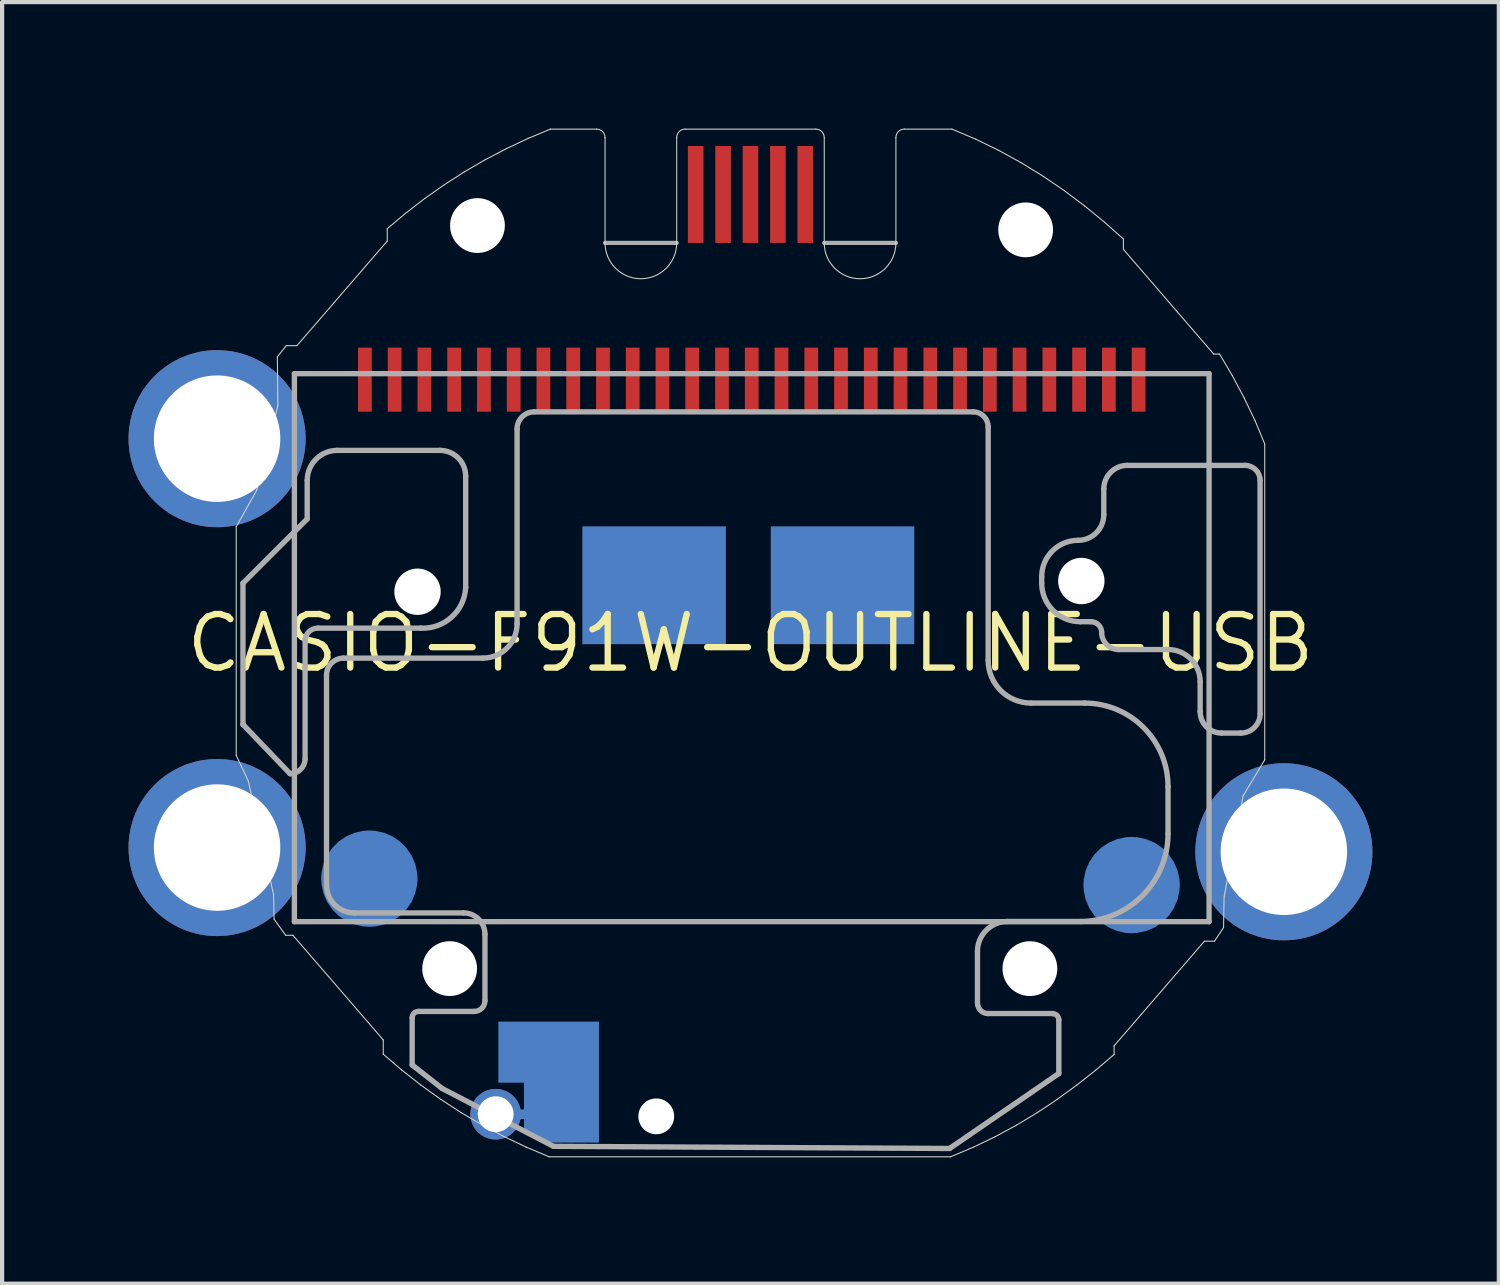
<source format=kicad_pcb>
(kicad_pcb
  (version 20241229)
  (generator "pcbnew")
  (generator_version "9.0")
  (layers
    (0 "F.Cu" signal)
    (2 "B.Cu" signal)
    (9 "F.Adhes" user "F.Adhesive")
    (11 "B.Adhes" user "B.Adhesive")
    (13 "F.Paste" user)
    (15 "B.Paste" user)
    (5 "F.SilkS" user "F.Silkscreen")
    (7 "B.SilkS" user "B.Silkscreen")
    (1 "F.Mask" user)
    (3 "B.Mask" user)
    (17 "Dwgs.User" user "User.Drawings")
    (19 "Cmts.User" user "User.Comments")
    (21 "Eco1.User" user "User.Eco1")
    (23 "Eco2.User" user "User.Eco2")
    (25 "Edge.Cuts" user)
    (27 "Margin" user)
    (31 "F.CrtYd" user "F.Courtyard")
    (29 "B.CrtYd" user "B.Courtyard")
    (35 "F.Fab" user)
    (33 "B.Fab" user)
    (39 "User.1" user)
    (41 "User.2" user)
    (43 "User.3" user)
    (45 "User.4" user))
  (footprint "CASIO-F91W-OUTLINE-USB"
    (layer "F.Cu")
    (at 14.754 12.207)
    (property "Reference" "CASIO-F91W-OUTLINE-USB" (at 0 0 0) (layer "F.SilkS") (effects (font (size 1.27 1.27) (thickness 0.15))))
    (fp_poly (pts (xy -3.594 11.849) (xy -4.957 11.849) (xy -5.372 11.589) (xy -5.372 11.29) (xy -5.626 11.29) (xy -5.626 11.062) (xy -5.372 11.062) (xy -5.372 10.427) (xy -5.981 10.427) (xy -5.981 8.979) (xy -3.594 8.979)) (stroke (width 0) (type solid)) (fill yes) (layer "B.Cu"))
    (fp_poly (pts (xy -3.594 11.849) (xy -4.957 11.849) (xy -5.372 11.589) (xy -5.372 10.427) (xy -5.981 10.427) (xy -5.981 8.979) (xy -3.594 8.979)) (stroke (width 0) (type solid)) (fill yes) (layer "B.Mask"))
    (fp_line (start -12.2 -2.758) (end -11.714 -3.627) (stroke (width 0.025) (type solid)) (layer "Edge.Cuts"))
    (fp_line (start -12.2 2.664) (end -12.2 -2.758) (stroke (width 0.025) (type solid)) (layer "Edge.Cuts"))
    (fp_line (start -11.913 3.273) (end -12.2 2.664) (stroke (width 0.025) (type solid)) (layer "Edge.Cuts"))
    (fp_line (start -11.714 -3.627) (end -11.213 -5.628) (stroke (width 0.025) (type solid)) (layer "Edge.Cuts"))
    (fp_line (start -11.313 5.972) (end -11.913 3.273) (stroke (width 0.025) (type solid)) (layer "Edge.Cuts"))
    (fp_line (start -11.302 6.548) (end -11.313 5.972) (stroke (width 0.025) (type solid)) (layer "Edge.Cuts"))
    (fp_line (start -11.224 -6.793) (end -11.213 -5.628) (stroke (width 0.025) (type solid)) (layer "Edge.Cuts"))
    (fp_line (start -11.027 6.931) (end -11.302 6.548) (stroke (width 0.025) (type solid)) (layer "Edge.Cuts"))
    (fp_line (start -11.012 -7.056) (end -11.224 -6.793) (stroke (width 0.025) (type solid)) (layer "Edge.Cuts"))
    (fp_line (start -10.855 6.931) (end -11.027 6.931) (stroke (width 0.025) (type solid)) (layer "Edge.Cuts"))
    (fp_line (start -10.761 -7.056) (end -11.012 -7.056) (stroke (width 0.025) (type solid)) (layer "Edge.Cuts"))
    (fp_line (start -8.712 9.413) (end -10.855 6.931) (stroke (width 0.025) (type solid)) (layer "Edge.Cuts"))
    (fp_line (start -8.712 9.752) (end -8.712 9.413) (stroke (width 0.025) (type solid)) (layer "Edge.Cuts"))
    (fp_line (start -8.617 -9.831) (end -8.617 -9.538) (stroke (width 0.025) (type solid)) (layer "Edge.Cuts"))
    (fp_line (start -8.617 -9.538) (end -10.761 -7.056) (stroke (width 0.025) (type solid)) (layer "Edge.Cuts"))
    (fp_line (start -8.274 10.128) (end -8.712 9.752) (stroke (width 0.025) (type solid)) (layer "Edge.Cuts"))
    (fp_line (start -8.18 -10.199) (end -8.617 -9.831) (stroke (width 0.025) (type solid)) (layer "Edge.Cuts"))
    (fp_line (start -7.819 10.485) (end -8.274 10.128) (stroke (width 0.025) (type solid)) (layer "Edge.Cuts"))
    (fp_line (start -7.73 -10.548) (end -8.18 -10.199) (stroke (width 0.025) (type solid)) (layer "Edge.Cuts"))
    (fp_line (start -7.349 10.822) (end -7.819 10.485) (stroke (width 0.025) (type solid)) (layer "Edge.Cuts"))
    (fp_line (start -7.264 -10.874) (end -7.73 -10.548) (stroke (width 0.025) (type solid)) (layer "Edge.Cuts"))
    (fp_line (start -6.864 11.139) (end -7.349 10.822) (stroke (width 0.025) (type solid)) (layer "Edge.Cuts"))
    (fp_line (start -6.786 -11.182) (end -7.264 -10.874) (stroke (width 0.025) (type solid)) (layer "Edge.Cuts"))
    (fp_line (start -6.363 11.433) (end -6.864 11.139) (stroke (width 0.025) (type solid)) (layer "Edge.Cuts"))
    (fp_line (start -6.294 -11.468) (end -6.786 -11.182) (stroke (width 0.025) (type solid)) (layer "Edge.Cuts"))
    (fp_line (start -5.849 11.706) (end -6.363 11.433) (stroke (width 0.025) (type solid)) (layer "Edge.Cuts"))
    (fp_line (start -5.789 -11.731) (end -6.294 -11.468) (stroke (width 0.025) (type solid)) (layer "Edge.Cuts"))
    (fp_line (start -5.319 11.957) (end -5.849 11.706) (stroke (width 0.025) (type solid)) (layer "Edge.Cuts"))
    (fp_line (start -5.274 -11.974) (end -5.789 -11.731) (stroke (width 0.025) (type solid)) (layer "Edge.Cuts"))
    (fp_line (start -4.778 12.186) (end -5.319 11.957) (stroke (width 0.025) (type solid)) (layer "Edge.Cuts"))
    (fp_line (start -4.748 -12.194) (end -5.274 -11.974) (stroke (width 0.025) (type solid)) (layer "Edge.Cuts"))
    (fp_line (start -4.748 -12.194) (end -3.65 -12.194) (stroke (width 0.025) (type solid)) (layer "Edge.Cuts"))
    (fp_line (start -3.45 -11.994) (end -3.45 -9.494) (stroke (width 0.025) (type solid)) (layer "Edge.Cuts"))
    (fp_line (start -1.75 -11.994) (end -1.75 -9.494) (stroke (width 0.025) (type solid)) (layer "Edge.Cuts"))
    (fp_line (start -1.55 -12.194) (end 1.55 -12.194) (stroke (width 0.025) (type solid)) (layer "Edge.Cuts"))
    (fp_line (start 1.75 -11.994) (end 1.75 -9.494) (stroke (width 0.025) (type solid)) (layer "Edge.Cuts"))
    (fp_line (start 3.45 -11.994) (end 3.45 -9.494) (stroke (width 0.025) (type solid)) (layer "Edge.Cuts"))
    (fp_line (start 3.65 -12.194) (end 4.779 -12.194) (stroke (width 0.025) (type solid)) (layer "Edge.Cuts"))
    (fp_line (start 4.747 12.186) (end -4.778 12.186) (stroke (width 0.025) (type solid)) (layer "Edge.Cuts"))
    (fp_line (start 5.283 11.961) (end 4.747 12.186) (stroke (width 0.025) (type solid)) (layer "Edge.Cuts"))
    (fp_line (start 5.344 -11.955) (end 4.779 -12.194) (stroke (width 0.025) (type solid)) (layer "Edge.Cuts"))
    (fp_line (start 5.804 11.71) (end 5.283 11.961) (stroke (width 0.025) (type solid)) (layer "Edge.Cuts"))
    (fp_line (start 5.894 -11.687) (end 5.344 -11.955) (stroke (width 0.025) (type solid)) (layer "Edge.Cuts"))
    (fp_line (start 6.31 11.436) (end 5.804 11.71) (stroke (width 0.025) (type solid)) (layer "Edge.Cuts"))
    (fp_line (start 6.427 -11.394) (end 5.894 -11.687) (stroke (width 0.025) (type solid)) (layer "Edge.Cuts"))
    (fp_line (start 6.802 11.139) (end 6.31 11.436) (stroke (width 0.025) (type solid)) (layer "Edge.Cuts"))
    (fp_line (start 6.944 -11.075) (end 6.427 -11.394) (stroke (width 0.025) (type solid)) (layer "Edge.Cuts"))
    (fp_line (start 7.279 10.822) (end 6.802 11.139) (stroke (width 0.025) (type solid)) (layer "Edge.Cuts"))
    (fp_line (start 7.444 -10.734) (end 6.944 -11.075) (stroke (width 0.025) (type solid)) (layer "Edge.Cuts"))
    (fp_line (start 7.742 10.484) (end 7.279 10.822) (stroke (width 0.025) (type solid)) (layer "Edge.Cuts"))
    (fp_line (start 7.928 -10.371) (end 7.444 -10.734) (stroke (width 0.025) (type solid)) (layer "Edge.Cuts"))
    (fp_line (start 8.191 10.13) (end 7.742 10.484) (stroke (width 0.025) (type solid)) (layer "Edge.Cuts"))
    (fp_line (start 8.396 -9.988) (end 7.928 -10.371) (stroke (width 0.025) (type solid)) (layer "Edge.Cuts"))
    (fp_line (start 8.626 9.554) (end 8.626 9.759) (stroke (width 0.025) (type solid)) (layer "Edge.Cuts"))
    (fp_line (start 8.626 9.759) (end 8.191 10.13) (stroke (width 0.025) (type solid)) (layer "Edge.Cuts"))
    (fp_line (start 8.847 -9.587) (end 8.396 -9.988) (stroke (width 0.025) (type solid)) (layer "Edge.Cuts"))
    (fp_line (start 8.847 -9.341) (end 8.847 -9.587) (stroke (width 0.025) (type solid)) (layer "Edge.Cuts"))
    (fp_line (start 10.769 7.072) (end 8.626 9.554) (stroke (width 0.025) (type solid)) (layer "Edge.Cuts"))
    (fp_line (start 10.99 -6.857) (end 8.847 -9.341) (stroke (width 0.025) (type solid)) (layer "Edge.Cuts"))
    (fp_line (start 11.008 7.072) (end 10.769 7.072) (stroke (width 0.025) (type solid)) (layer "Edge.Cuts"))
    (fp_line (start 11.129 -6.857) (end 10.99 -6.857) (stroke (width 0.025) (type solid)) (layer "Edge.Cuts"))
    (fp_line (start 11.223 6.748) (end 11.008 7.072) (stroke (width 0.025) (type solid)) (layer "Edge.Cuts"))
    (fp_line (start 11.236 6.022) (end 11.223 6.748) (stroke (width 0.025) (type solid)) (layer "Edge.Cuts"))
    (fp_line (start 11.431 -6.345) (end 11.129 -6.857) (stroke (width 0.025) (type solid)) (layer "Edge.Cuts"))
    (fp_line (start 11.687 3.623) (end 11.236 6.022) (stroke (width 0.025) (type solid)) (layer "Edge.Cuts"))
    (fp_line (start 11.687 3.623) (end 12.2 2.77) (stroke (width 0.025) (type solid)) (layer "Edge.Cuts"))
    (fp_line (start 11.712 -5.818) (end 11.431 -6.345) (stroke (width 0.025) (type solid)) (layer "Edge.Cuts"))
    (fp_line (start 11.969 -5.279) (end 11.712 -5.818) (stroke (width 0.025) (type solid)) (layer "Edge.Cuts"))
    (fp_line (start 12.2 -4.724) (end 11.969 -5.279) (stroke (width 0.025) (type solid)) (layer "Edge.Cuts"))
    (fp_line (start 12.2 2.77) (end 12.2 -4.724) (stroke (width 0.025) (type solid)) (layer "Edge.Cuts"))
    (fp_arc (start -3.65 -12.19444) (mid -3.508579 -12.135861) (end -3.45 -11.99444) (stroke (width 0.025) (type solid)) (layer "Edge.Cuts"))
    (fp_arc (start -1.75 -11.99444) (mid -1.691421 -12.135861) (end -1.55 -12.19444) (stroke (width 0.025) (type solid)) (layer "Edge.Cuts"))
    (fp_arc (start -1.75 -9.49444) (mid -2.6 -8.64444) (end -3.45 -9.49444) (stroke (width 0.025) (type solid)) (layer "Edge.Cuts"))
    (fp_arc (start 1.55 -12.19444) (mid 1.691421 -12.135861) (end 1.75 -11.99444) (stroke (width 0.025) (type solid)) (layer "Edge.Cuts"))
    (fp_arc (start 3.45 -11.99444) (mid 3.508579 -12.135861) (end 3.65 -12.19444) (stroke (width 0.025) (type solid)) (layer "Edge.Cuts"))
    (fp_arc (start 3.45 -9.49444) (mid 2.6 -8.64444) (end 1.75 -9.49444) (stroke (width 0.025) (type solid)) (layer "Edge.Cuts"))
    (fp_line (start -12.04 -1.422) (end -10.516 -2.946) (stroke (width 0.127) (type solid)) (layer "F.Fab"))
    (fp_line (start -12.04 1.93) (end -12.04 -1.422) (stroke (width 0.127) (type solid)) (layer "F.Fab"))
    (fp_line (start -10.922 3.099) (end -12.04 1.93) (stroke (width 0.127) (type solid)) (layer "F.Fab"))
    (fp_line (start -10.82 -6.392) (end -10.82 6.608) (stroke (width 0.127) (type solid)) (layer "F.Fab"))
    (fp_line (start -10.82 -6.392) (end 10.88 -6.392) (stroke (width 0.127) (type solid)) (layer "F.Fab"))
    (fp_line (start -10.566 -0.051) (end -10.566 2.743) (stroke (width 0.127) (type solid)) (layer "F.Fab"))
    (fp_line (start -10.516 -2.946) (end -10.516 -3.861) (stroke (width 0.127) (type solid)) (layer "F.Fab"))
    (fp_line (start -10.058 5.74) (end -10.058 0.762) (stroke (width 0.127) (type solid)) (layer "F.Fab"))
    (fp_line (start -9.804 -4.572) (end -7.366 -4.572) (stroke (width 0.127) (type solid)) (layer "F.Fab"))
    (fp_line (start -9.652 0.356) (end -6.35 0.356) (stroke (width 0.127) (type solid)) (layer "F.Fab"))
    (fp_line (start -8.026 10.008) (end -8.026 8.89) (stroke (width 0.127) (type solid)) (layer "F.Fab"))
    (fp_line (start -7.874 8.738) (end -6.553 8.738) (stroke (width 0.127) (type solid)) (layer "F.Fab"))
    (fp_line (start -7.823 -0.356) (end -10.262 -0.356) (stroke (width 0.127) (type solid)) (layer "F.Fab"))
    (fp_line (start -7.315 10.566) (end -8.026 10.008) (stroke (width 0.127) (type solid)) (layer "F.Fab"))
    (fp_line (start -6.807 6.401) (end -9.398 6.401) (stroke (width 0.127) (type solid)) (layer "F.Fab"))
    (fp_line (start -6.756 -3.962) (end -6.756 -1.321) (stroke (width 0.127) (type solid)) (layer "F.Fab"))
    (fp_line (start -6.299 8.484) (end -6.299 6.909) (stroke (width 0.127) (type solid)) (layer "F.Fab"))
    (fp_line (start -5.537 -0.457) (end -5.537 -5.08) (stroke (width 0.127) (type solid)) (layer "F.Fab"))
    (fp_line (start -5.131 -5.486) (end 5.283 -5.486) (stroke (width 0.127) (type solid)) (layer "F.Fab"))
    (fp_line (start -4.674 11.938) (end -7.315 10.566) (stroke (width 0.127) (type solid)) (layer "F.Fab"))
    (fp_line (start -1.75 -9.494) (end -3.45 -9.494) (stroke (width 0.1) (type solid)) (layer "F.Fab"))
    (fp_line (start 1.75 -9.494) (end 3.45 -9.494) (stroke (width 0.1) (type solid)) (layer "F.Fab"))
    (fp_line (start 4.724 11.989) (end -4.674 11.938) (stroke (width 0.127) (type solid)) (layer "F.Fab"))
    (fp_line (start 5.385 7.315) (end 5.385 8.534) (stroke (width 0.127) (type solid)) (layer "F.Fab"))
    (fp_line (start 5.639 -5.131) (end 5.639 0.406) (stroke (width 0.127) (type solid)) (layer "F.Fab"))
    (fp_line (start 5.639 8.788) (end 7.163 8.788) (stroke (width 0.127) (type solid)) (layer "F.Fab"))
    (fp_line (start 6.655 1.422) (end 7.925 1.422) (stroke (width 0.127) (type solid)) (layer "F.Fab"))
    (fp_line (start 6.909 -1.575) (end 6.909 -1.422) (stroke (width 0.127) (type solid)) (layer "F.Fab"))
    (fp_line (start 7.315 8.941) (end 7.315 10.211) (stroke (width 0.127) (type solid)) (layer "F.Fab"))
    (fp_line (start 7.315 10.211) (end 4.724 11.989) (stroke (width 0.127) (type solid)) (layer "F.Fab"))
    (fp_line (start 7.823 -0.508) (end 8.077 -0.508) (stroke (width 0.127) (type solid)) (layer "F.Fab"))
    (fp_line (start 7.823 6.604) (end 6.096 6.604) (stroke (width 0.127) (type solid)) (layer "F.Fab"))
    (fp_line (start 8.382 -3.658) (end 8.382 -3.048) (stroke (width 0.127) (type solid)) (layer "F.Fab"))
    (fp_line (start 8.738 0.152) (end 9.906 0.152) (stroke (width 0.127) (type solid)) (layer "F.Fab"))
    (fp_line (start 9.906 3.404) (end 9.906 4.521) (stroke (width 0.127) (type solid)) (layer "F.Fab"))
    (fp_line (start 10.668 0.914) (end 10.668 1.626) (stroke (width 0.127) (type solid)) (layer "F.Fab"))
    (fp_line (start 10.88 -6.392) (end 10.88 6.608) (stroke (width 0.127) (type solid)) (layer "F.Fab"))
    (fp_line (start 10.88 6.608) (end -10.82 6.608) (stroke (width 0.127) (type solid)) (layer "F.Fab"))
    (fp_line (start 11.176 2.134) (end 11.633 2.134) (stroke (width 0.127) (type solid)) (layer "F.Fab"))
    (fp_line (start 11.735 -4.216) (end 8.941 -4.216) (stroke (width 0.127) (type solid)) (layer "F.Fab"))
    (fp_line (start 12.09 1.676) (end 12.09 -3.861) (stroke (width 0.127) (type solid)) (layer "F.Fab"))
    (fp_arc (start -10.566401 -0.050799) (mid -10.477127 -0.266326) (end -10.2616 -0.3556) (stroke (width 0.127) (type solid)) (layer "F.Fab"))
    (fp_arc (start -10.5664 2.7432) (mid -10.670553 2.994647) (end -10.922 3.0988) (stroke (width 0.127) (type solid)) (layer "F.Fab"))
    (fp_arc (start -10.5156 -3.8608) (mid -10.307294 -4.363694) (end -9.8044 -4.572) (stroke (width 0.127) (type solid)) (layer "F.Fab"))
    (fp_arc (start -10.0584 0.762) (mid -9.939368 0.474632) (end -9.652 0.3556) (stroke (width 0.127) (type solid)) (layer "F.Fab"))
    (fp_arc (start -9.398 6.4008) (mid -9.864973 6.207373) (end -10.0584 5.7404) (stroke (width 0.127) (type solid)) (layer "F.Fab"))
    (fp_arc (start -8.0264 8.89) (mid -7.981763 8.782237) (end -7.874 8.7376) (stroke (width 0.127) (type solid)) (layer "F.Fab"))
    (fp_arc (start -7.366 -4.572) (mid -6.934948 -4.393452) (end -6.7564 -3.9624) (stroke (width 0.127) (type solid)) (layer "F.Fab"))
    (fp_arc (start -6.8072 6.4008) (mid -6.44799 6.54959) (end -6.2992 6.9088) (stroke (width 0.127) (type solid)) (layer "F.Fab"))
    (fp_arc (start -6.7564 -1.3208) (mid -7.089901 -0.617258) (end -7.8232 -0.3556) (stroke (width 0.127) (type solid)) (layer "F.Fab"))
    (fp_arc (start -6.2992 8.4836) (mid -6.373595 8.663205) (end -6.5532 8.7376) (stroke (width 0.127) (type solid)) (layer "F.Fab"))
    (fp_arc (start -5.5372 -5.08) (mid -5.418168 -5.367368) (end -5.1308 -5.4864) (stroke (width 0.127) (type solid)) (layer "F.Fab"))
    (fp_arc (start -5.5372 -0.4572) (mid -5.775264 0.117536) (end -6.35 0.3556) (stroke (width 0.127) (type solid)) (layer "F.Fab"))
    (fp_arc (start 5.2832 -5.4864) (mid 5.534647 -5.382247) (end 5.6388 -5.1308) (stroke (width 0.127) (type solid)) (layer "F.Fab"))
    (fp_arc (start 5.3848 7.3152) (mid 5.593106 6.812306) (end 6.096 6.604) (stroke (width 0.127) (type solid)) (layer "F.Fab"))
    (fp_arc (start 5.6388 8.7884) (mid 5.459195 8.714005) (end 5.3848 8.5344) (stroke (width 0.127) (type solid)) (layer "F.Fab"))
    (fp_arc (start 6.654801 1.422399) (mid 5.93638 1.12482) (end 5.6388 0.4064) (stroke (width 0.127) (type solid)) (layer "F.Fab"))
    (fp_arc (start 6.9088 -1.5748) (mid 7.161743 -2.185457) (end 7.7724 -2.4384) (stroke (width 0.127) (type solid)) (layer "F.Fab"))
    (fp_arc (start 7.1628 8.7884) (mid 7.270563 8.833037) (end 7.3152 8.9408) (stroke (width 0.127) (type solid)) (layer "F.Fab"))
    (fp_arc (start 7.8232 -0.508) (mid 7.176622 -0.775822) (end 6.9088 -1.4224) (stroke (width 0.127) (type solid)) (layer "F.Fab"))
    (fp_arc (start 7.9248 1.4224) (mid 9.32572 2.00268) (end 9.906 3.4036) (stroke (width 0.127) (type solid)) (layer "F.Fab"))
    (fp_arc (start 8.0772 -0.508) (mid 8.256806 -0.433605) (end 8.331201 -0.253999) (stroke (width 0.127) (type solid)) (layer "F.Fab"))
    (fp_arc (start 8.382 -3.6576) (mid 8.545669 -4.052731) (end 8.9408 -4.2164) (stroke (width 0.127) (type solid)) (layer "F.Fab"))
    (fp_arc (start 8.382 -3.048) (mid 8.203452 -2.616948) (end 7.7724 -2.4384) (stroke (width 0.127) (type solid)) (layer "F.Fab"))
    (fp_arc (start 8.7376 0.1524) (mid 8.450232 0.033368) (end 8.3312 -0.254) (stroke (width 0.127) (type solid)) (layer "F.Fab"))
    (fp_arc (start 9.906 0.1524) (mid 10.444815 0.375585) (end 10.668 0.9144) (stroke (width 0.127) (type solid)) (layer "F.Fab"))
    (fp_arc (start 9.906 4.5212) (mid 9.295962 5.993962) (end 7.8232 6.604) (stroke (width 0.127) (type solid)) (layer "F.Fab"))
    (fp_arc (start 11.176 2.1336) (mid 10.81679 1.98481) (end 10.668 1.6256) (stroke (width 0.127) (type solid)) (layer "F.Fab"))
    (fp_arc (start 11.7348 -4.2164) (mid 11.986247 -4.112247) (end 12.0904 -3.8608) (stroke (width 0.127) (type solid)) (layer "F.Fab"))
    (fp_arc (start 12.0904 1.6764) (mid 11.956489 1.999689) (end 11.6332 2.1336) (stroke (width 0.127) (type solid)) (layer "F.Fab"))
    (pad "" np_thru_hole circle (at -7.899 -1.219) (size 1.1 1.1) (drill 1.1) (layers "*.Cu" "*.Mask"))
    (pad "" np_thru_hole circle (at -7.137 7.722) (size 1.3 1.3) (drill 1.3) (layers "*.Cu" "*.Mask"))
    (pad "" np_thru_hole circle (at -6.477 -9.906) (size 1.3 1.3) (drill 1.3) (layers "*.Cu" "*.Mask"))
    (pad "" np_thru_hole circle (at -2.235 11.227) (size 0.85 0.85) (drill 0.85) (layers "*.Cu" "*.Mask"))
    (pad "" np_thru_hole circle (at 6.528 -9.804) (size 1.3 1.3) (drill 1.3) (layers "*.Cu" "*.Mask"))
    (pad "" np_thru_hole circle (at 6.629 7.722) (size 1.3 1.3) (drill 1.3) (layers "*.Cu" "*.Mask"))
    (pad "" np_thru_hole circle (at 7.849 -1.473) (size 1.1 1.1) (drill 1.1) (layers "*.Cu" "*.Mask"))
    (pad "1" smd rect (at -9.148 -6.25) (size 0.326 1.52) (layers "F.Cu" "F.Mask"))
    (pad "2" smd rect (at -8.442 -6.25) (size 0.326 1.52) (layers "F.Cu" "F.Mask"))
    (pad "3" smd rect (at -7.736 -6.25) (size 0.326 1.52) (layers "F.Cu" "F.Mask"))
    (pad "4" smd rect (at -7.03 -6.25) (size 0.326 1.52) (layers "F.Cu" "F.Mask"))
    (pad "5" smd rect (at -6.324 -6.25) (size 0.326 1.52) (layers "F.Cu" "F.Mask"))
    (pad "6" smd rect (at -5.618 -6.25) (size 0.326 1.52) (layers "F.Cu" "F.Mask"))
    (pad "7" smd rect (at -4.912 -6.25) (size 0.326 1.52) (layers "F.Cu" "F.Mask"))
    (pad "8" smd rect (at -4.206 -6.25) (size 0.326 1.52) (layers "F.Cu" "F.Mask"))
    (pad "9" smd rect (at -3.5 -6.25) (size 0.326 1.52) (layers "F.Cu" "F.Mask"))
    (pad "10" smd rect (at -2.794 -6.25) (size 0.326 1.52) (layers "F.Cu" "F.Mask"))
    (pad "11" smd rect (at -2.088 -6.25) (size 0.326 1.52) (layers "F.Cu" "F.Mask"))
    (pad "12" smd rect (at -1.382 -6.25) (size 0.326 1.52) (layers "F.Cu" "F.Mask"))
    (pad "13" smd rect (at -0.676 -6.25) (size 0.326 1.52) (layers "F.Cu" "F.Mask"))
    (pad "14" smd rect (at 0.03 -6.25) (size 0.326 1.52) (layers "F.Cu" "F.Mask"))
    (pad "15" smd rect (at 0.736 -6.25) (size 0.326 1.52) (layers "F.Cu" "F.Mask"))
    (pad "16" smd rect (at 1.442 -6.25) (size 0.326 1.52) (layers "F.Cu" "F.Mask"))
    (pad "17" smd rect (at 2.148 -6.25) (size 0.326 1.52) (layers "F.Cu" "F.Mask"))
    (pad "18" smd rect (at 2.854 -6.25) (size 0.326 1.52) (layers "F.Cu" "F.Mask"))
    (pad "19" smd rect (at 3.56 -6.25) (size 0.326 1.52) (layers "F.Cu" "F.Mask"))
    (pad "20" smd rect (at 4.266 -6.25) (size 0.326 1.52) (layers "F.Cu" "F.Mask"))
    (pad "21" smd rect (at 4.972 -6.25) (size 0.326 1.52) (layers "F.Cu" "F.Mask"))
    (pad "22" smd rect (at 5.678 -6.25) (size 0.326 1.52) (layers "F.Cu" "F.Mask"))
    (pad "23" smd rect (at 6.384 -6.25) (size 0.326 1.52) (layers "F.Cu" "F.Mask"))
    (pad "24" smd rect (at 7.09 -6.25) (size 0.326 1.52) (layers "F.Cu" "F.Mask"))
    (pad "25" smd rect (at 7.796 -6.25) (size 0.326 1.52) (layers "F.Cu" "F.Mask"))
    (pad "26" smd rect (at 8.502 -6.25) (size 0.326 1.52) (layers "F.Cu" "F.Mask"))
    (pad "27" smd rect (at 9.208 -6.25) (size 0.326 1.52) (layers "F.Cu" "F.Mask"))
    (pad "ALARM" thru_hole circle (at 12.654 4.95) (size 4.2 4.2) (drill 3) (layers "*.Cu" "*.Mask"))
    (pad "BUZZER" thru_hole circle (at -6.045 11.176) (size 1.2 1.2) (drill 0.85) (layers "*.Cu" "*.Mask"))
    (pad "GND" smd rect (at 1.3 -10.644 90) (size 2.3 0.37) (layers "F.Cu" "F.Mask"))
    (pad "GND1" smd rect (at -2.286 -1.372 180) (size 3.404 2.794) (layers "B.Cu" "B.Mask"))
    (pad "GND2" smd rect (at 2.184 -1.372 180) (size 3.404 2.794) (layers "B.Cu" "B.Mask"))
    (pad "LIGHT" thru_hole circle (at -12.654 -4.85) (size 4.2 4.2) (drill 3) (layers "*.Cu" "*.Mask"))
    (pad "MODE" thru_hole circle (at -12.654 4.85) (size 4.2 4.2) (drill 3) (layers "*.Cu" "*.Mask"))
    (pad "USB_ID" smd rect (at 0.65 -10.644 90) (size 2.3 0.37) (layers "F.Cu" "F.Mask"))
    (pad "USB_N" smd rect (at -0.65 -10.644 90) (size 2.3 0.37) (layers "F.Cu" "F.Mask"))
    (pad "USB_P" smd rect (at 0 -10.644 90) (size 2.3 0.37) (layers "F.Cu" "F.Mask"))
    (pad "VBUS" smd rect (at -1.3 -10.644 90) (size 2.3 0.37) (layers "F.Cu" "F.Mask"))
    (pad "VCC1" smd roundrect (at -9.042 5.588 180) (size 2.286 2.286) (layers "B.Cu" "B.Mask") (roundrect_rratio 0.5))
    (pad "VCC2" smd roundrect (at 9.042 5.74 180) (size 2.286 2.286) (layers "B.Cu" "B.Mask") (roundrect_rratio 0.5)))
  (gr_rect
    (start -3 -3)
    (end 32.508 27.405)
    (stroke (width 0.1) (type default))
    (fill no)
    (layer "Edge.Cuts")))
</source>
